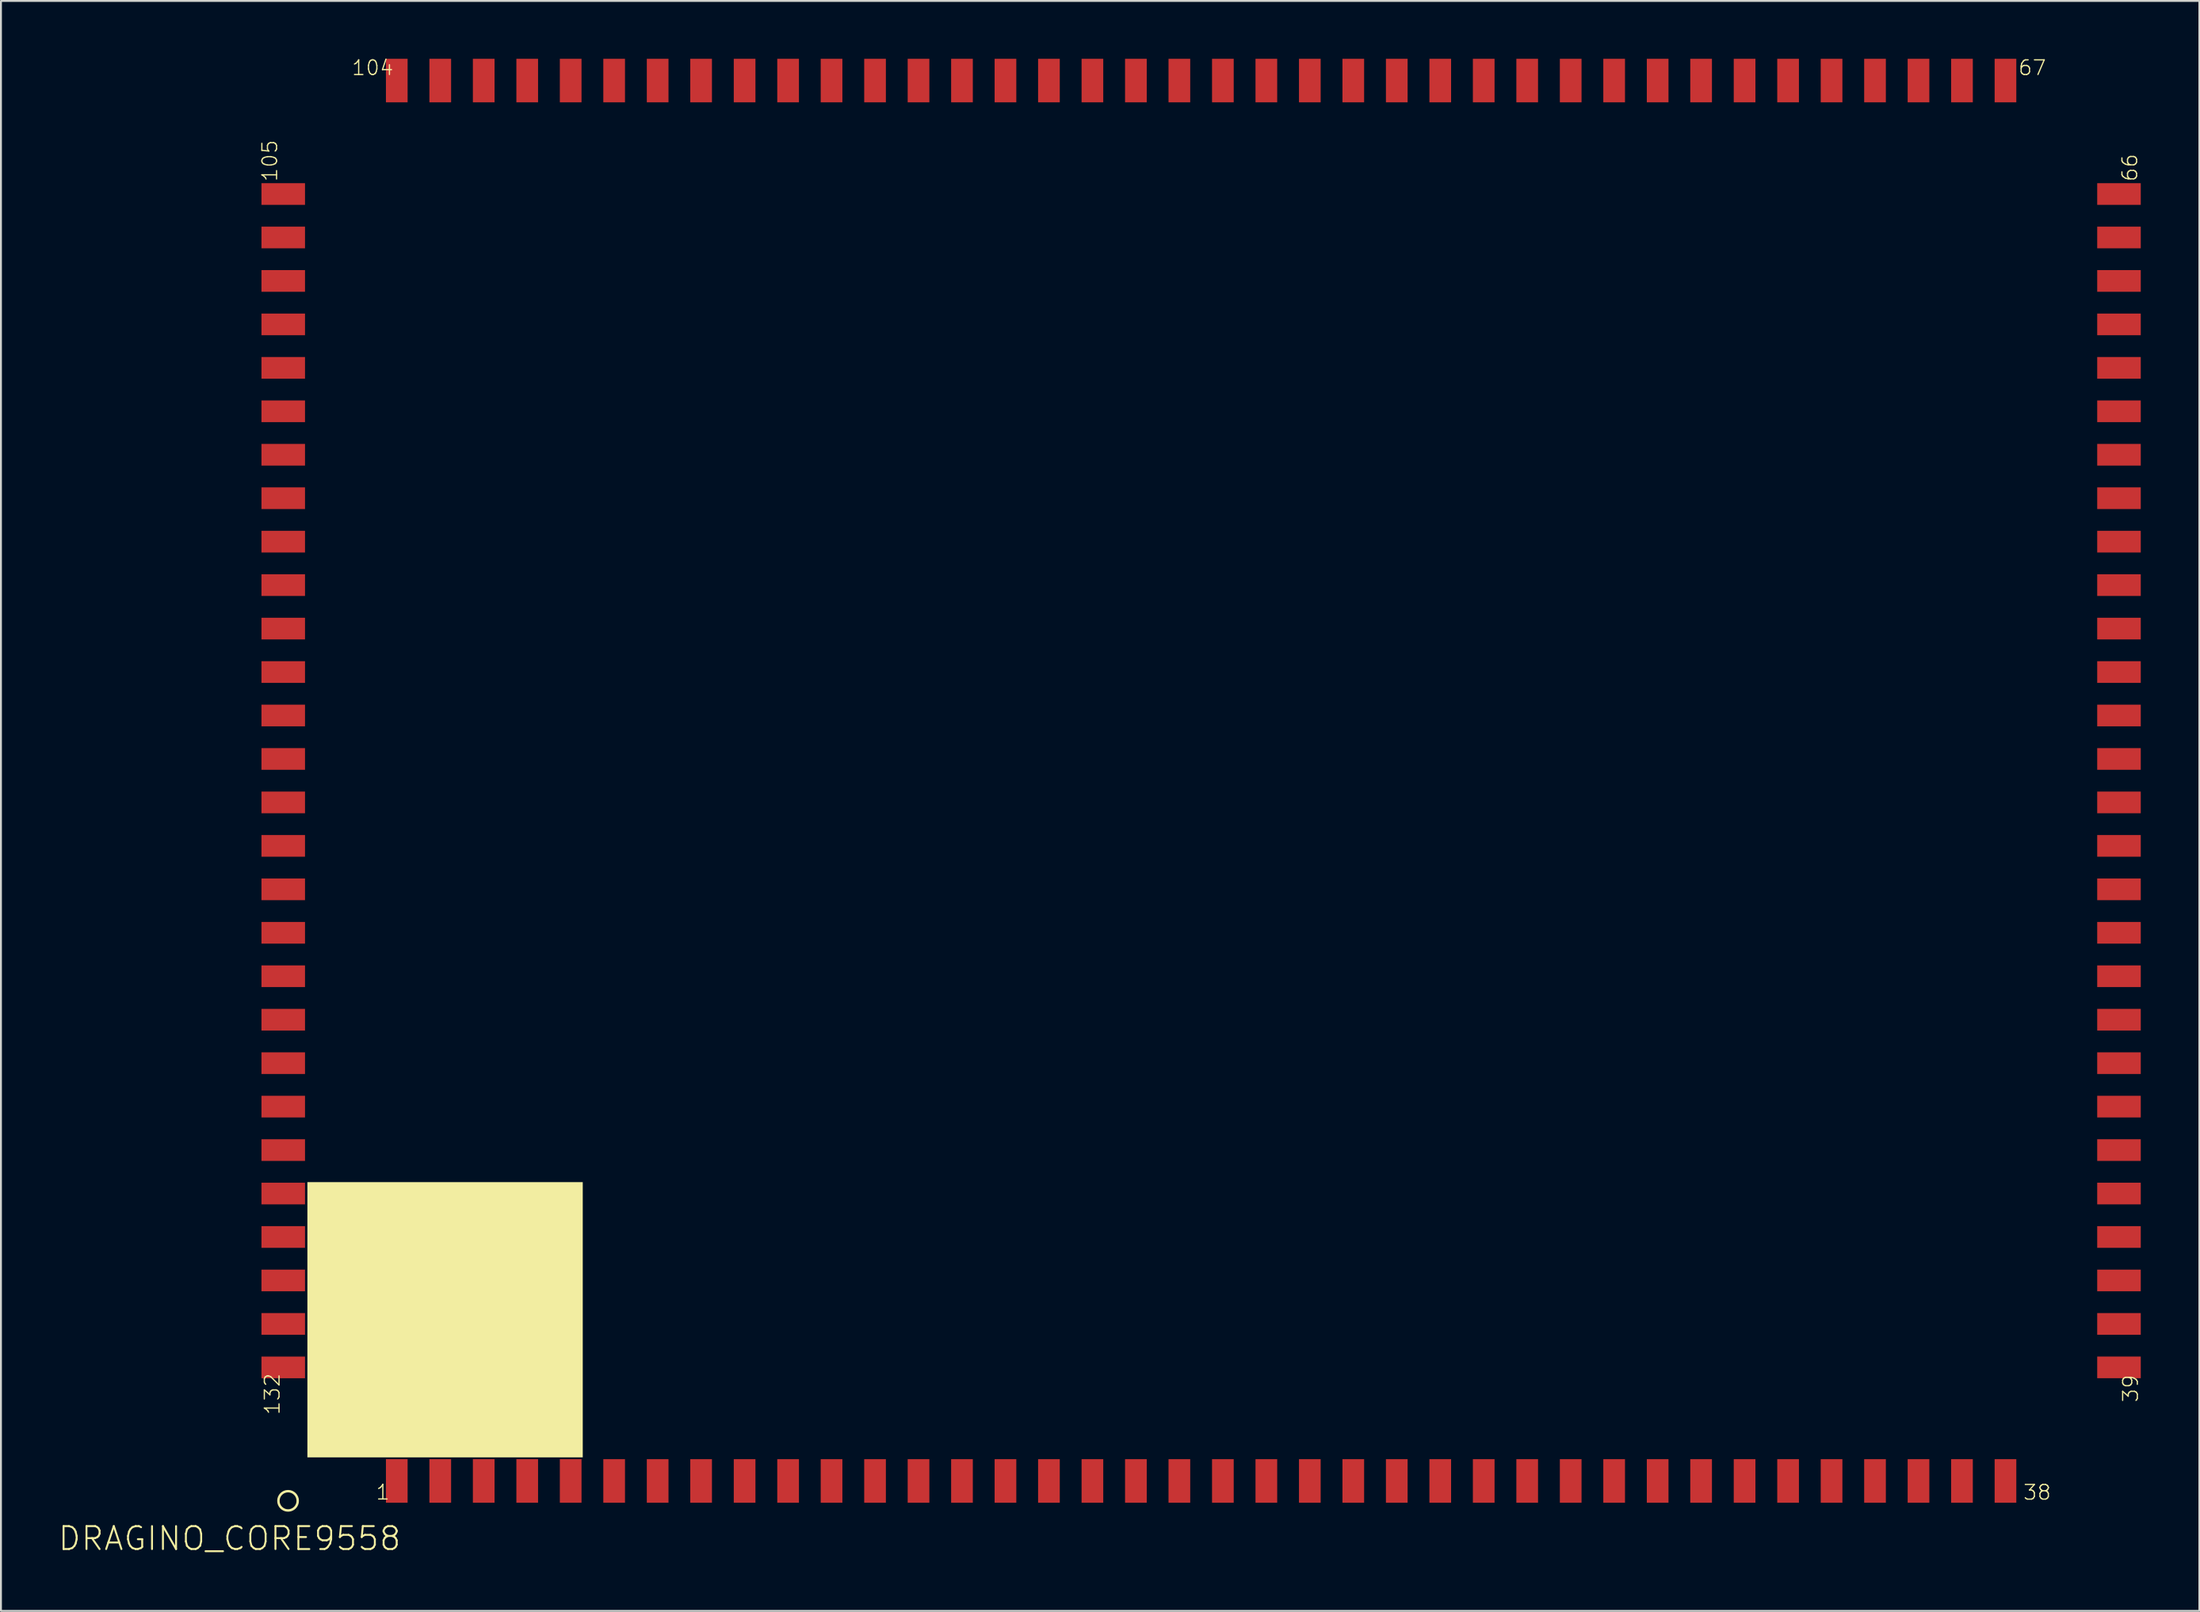
<source format=kicad_pcb>
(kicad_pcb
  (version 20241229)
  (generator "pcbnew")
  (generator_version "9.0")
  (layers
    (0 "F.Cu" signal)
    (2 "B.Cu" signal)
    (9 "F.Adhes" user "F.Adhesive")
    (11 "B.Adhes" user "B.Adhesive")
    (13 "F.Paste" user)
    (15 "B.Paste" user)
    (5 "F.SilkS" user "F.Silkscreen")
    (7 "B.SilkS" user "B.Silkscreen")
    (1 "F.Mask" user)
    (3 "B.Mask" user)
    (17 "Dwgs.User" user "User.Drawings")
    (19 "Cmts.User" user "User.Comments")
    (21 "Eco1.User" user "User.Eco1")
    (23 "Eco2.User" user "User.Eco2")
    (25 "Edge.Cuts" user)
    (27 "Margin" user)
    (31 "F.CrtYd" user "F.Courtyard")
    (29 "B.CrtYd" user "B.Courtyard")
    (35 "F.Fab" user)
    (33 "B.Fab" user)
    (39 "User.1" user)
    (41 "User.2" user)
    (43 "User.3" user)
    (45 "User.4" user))
  (footprint "DRAGINO_CORE9558"
    (layer "F.Cu")
    (at 53.752 40.591)
    (property "Reference" "DRAGINO_CORE9558" (at -35.648 36.584 0) (layer "F.SilkS") (effects (font (size 1.206 1.206) (thickness 0.102)) (justify right top)))
    (attr through_hole)
    (fp_line (start -41.91 -39.37) (end -41.91 34.29) (stroke (width 0.001) (type solid)) (layer "F.SilkS"))
    (fp_line (start -41.91 34.29) (end 54.61 34.29) (stroke (width 0.001) (type solid)) (layer "F.SilkS"))
    (fp_line (start 54.61 -39.37) (end -41.91 -39.37) (stroke (width 0.001) (type solid)) (layer "F.SilkS"))
    (fp_line (start 54.61 34.29) (end 54.61 -39.37) (stroke (width 0.001) (type solid)) (layer "F.SilkS"))
    (fp_circle (center -41.656 35.306) (end -41.148 35.306) (stroke (width 0.127) (type solid)) (fill no) (layer "F.SilkS"))
    (fp_poly (pts (xy -40.64 33.02) (xy -26.162 33.02) (xy -26.162 18.542) (xy -40.64 18.542)) (stroke (width 0) (type solid)) (fill yes) (layer "F.SilkS"))
    (fp_line (start -36.961 -14.256) (end -32.422 -14.256) (stroke (width 0.001) (type solid)) (layer "Edge.Cuts"))
    (fp_line (start -36.961 -14.193) (end -36.961 -14.256) (stroke (width 0.001) (type solid)) (layer "Edge.Cuts"))
    (fp_line (start -36.961 -4.22) (end -36.961 -14.193) (stroke (width 0.001) (type solid)) (layer "Edge.Cuts"))
    (fp_line (start -36.961 -4.156) (end -36.961 -4.22) (stroke (width 0.001) (type solid)) (layer "Edge.Cuts"))
    (fp_line (start -32.925 -35.687) (end -32.925 -22.62) (stroke (width 0.001) (type solid)) (layer "Edge.Cuts"))
    (fp_line (start -32.925 -22.62) (end -32.925 -22.556) (stroke (width 0.001) (type solid)) (layer "Edge.Cuts"))
    (fp_line (start -32.925 -22.556) (end -11.137 -22.556) (stroke (width 0.001) (type solid)) (layer "Edge.Cuts"))
    (fp_line (start -32.862 -35.687) (end -32.925 -35.687) (stroke (width 0.001) (type solid)) (layer "Edge.Cuts"))
    (fp_line (start -32.422 -14.256) (end -32.358 -14.256) (stroke (width 0.001) (type solid)) (layer "Edge.Cuts"))
    (fp_line (start -32.358 -14.256) (end -32.358 -4.22) (stroke (width 0.001) (type solid)) (layer "Edge.Cuts"))
    (fp_line (start -32.358 -4.22) (end -32.358 -4.156) (stroke (width 0.001) (type solid)) (layer "Edge.Cuts"))
    (fp_line (start -32.358 -4.156) (end -36.961 -4.156) (stroke (width 0.001) (type solid)) (layer "Edge.Cuts"))
    (fp_line (start -22.61 6.103) (end -12.356 6.103) (stroke (width 0.001) (type solid)) (layer "Edge.Cuts"))
    (fp_line (start -22.61 6.166) (end -22.61 6.103) (stroke (width 0.001) (type solid)) (layer "Edge.Cuts"))
    (fp_line (start -22.61 12.409) (end -22.61 6.166) (stroke (width 0.001) (type solid)) (layer "Edge.Cuts"))
    (fp_line (start -22.61 12.473) (end -22.61 12.409) (stroke (width 0.001) (type solid)) (layer "Edge.Cuts"))
    (fp_line (start -20.705 22.251) (end -11.086 22.251) (stroke (width 0.001) (type solid)) (layer "Edge.Cuts"))
    (fp_line (start -20.705 22.314) (end -20.705 22.251) (stroke (width 0.001) (type solid)) (layer "Edge.Cuts"))
    (fp_line (start -20.705 28.677) (end -20.705 22.314) (stroke (width 0.001) (type solid)) (layer "Edge.Cuts"))
    (fp_line (start -20.705 28.741) (end -20.705 28.677) (stroke (width 0.001) (type solid)) (layer "Edge.Cuts"))
    (fp_line (start -13.691 -14.046) (end -13.691 -11.443) (stroke (width 0.001) (type solid)) (layer "Edge.Cuts"))
    (fp_line (start -13.691 -11.443) (end -13.691 -11.379) (stroke (width 0.001) (type solid)) (layer "Edge.Cuts"))
    (fp_line (start -13.691 -11.379) (end -9.994 -11.379) (stroke (width 0.001) (type solid)) (layer "Edge.Cuts"))
    (fp_line (start -13.627 -14.046) (end -13.691 -14.046) (stroke (width 0.001) (type solid)) (layer "Edge.Cuts"))
    (fp_line (start -12.356 6.103) (end -12.292 6.103) (stroke (width 0.001) (type solid)) (layer "Edge.Cuts"))
    (fp_line (start -12.292 6.103) (end -12.292 12.409) (stroke (width 0.001) (type solid)) (layer "Edge.Cuts"))
    (fp_line (start -12.292 12.409) (end -12.292 12.473) (stroke (width 0.001) (type solid)) (layer "Edge.Cuts"))
    (fp_line (start -12.292 12.473) (end -22.61 12.473) (stroke (width 0.001) (type solid)) (layer "Edge.Cuts"))
    (fp_line (start -11.137 -22.556) (end -11.073 -22.556) (stroke (width 0.001) (type solid)) (layer "Edge.Cuts"))
    (fp_line (start -11.086 22.251) (end -11.022 22.251) (stroke (width 0.001) (type solid)) (layer "Edge.Cuts"))
    (fp_line (start -11.073 -22.556) (end -11.073 -14.11) (stroke (width 0.001) (type solid)) (layer "Edge.Cuts"))
    (fp_line (start -11.073 -14.11) (end -11.073 -14.046) (stroke (width 0.001) (type solid)) (layer "Edge.Cuts"))
    (fp_line (start -11.073 -14.046) (end -13.627 -14.046) (stroke (width 0.001) (type solid)) (layer "Edge.Cuts"))
    (fp_line (start -11.022 22.251) (end -11.022 28.677) (stroke (width 0.001) (type solid)) (layer "Edge.Cuts"))
    (fp_line (start -11.022 28.677) (end -11.022 28.741) (stroke (width 0.001) (type solid)) (layer "Edge.Cuts"))
    (fp_line (start -11.022 28.741) (end -20.705 28.741) (stroke (width 0.001) (type solid)) (layer "Edge.Cuts"))
    (fp_line (start -9.994 -11.379) (end -9.93 -11.379) (stroke (width 0.001) (type solid)) (layer "Edge.Cuts"))
    (fp_line (start -9.93 -11.379) (end -9.93 -5.474) (stroke (width 0.001) (type solid)) (layer "Edge.Cuts"))
    (fp_line (start -9.93 -5.474) (end -9.93 -5.41) (stroke (width 0.001) (type solid)) (layer "Edge.Cuts"))
    (fp_line (start -9.93 -5.41) (end -6.261 -5.41) (stroke (width 0.001) (type solid)) (layer "Edge.Cuts"))
    (fp_line (start -6.261 -5.41) (end -6.198 -5.41) (stroke (width 0.001) (type solid)) (layer "Edge.Cuts"))
    (fp_line (start -6.198 -5.41) (end -6.198 6.464) (stroke (width 0.001) (type solid)) (layer "Edge.Cuts"))
    (fp_line (start -6.198 6.464) (end -6.198 6.528) (stroke (width 0.001) (type solid)) (layer "Edge.Cuts"))
    (fp_line (start -6.198 6.528) (end -0.927 6.528) (stroke (width 0.001) (type solid)) (layer "Edge.Cuts"))
    (fp_line (start -0.927 6.528) (end -0.864 6.528) (stroke (width 0.001) (type solid)) (layer "Edge.Cuts"))
    (fp_line (start -0.864 6.528) (end -0.864 11.544) (stroke (width 0.001) (type solid)) (layer "Edge.Cuts"))
    (fp_line (start -0.864 11.544) (end -0.864 11.608) (stroke (width 0.001) (type solid)) (layer "Edge.Cuts"))
    (fp_line (start -0.864 11.608) (end 1.74 11.608) (stroke (width 0.001) (type solid)) (layer "Edge.Cuts"))
    (fp_line (start -0.229 17.323) (end -0.229 25.768) (stroke (width 0.001) (type solid)) (layer "Edge.Cuts"))
    (fp_line (start -0.229 25.768) (end -0.229 25.832) (stroke (width 0.001) (type solid)) (layer "Edge.Cuts"))
    (fp_line (start -0.229 25.832) (end 5.296 25.832) (stroke (width 0.001) (type solid)) (layer "Edge.Cuts"))
    (fp_line (start -0.165 17.323) (end -0.229 17.323) (stroke (width 0.001) (type solid)) (layer "Edge.Cuts"))
    (fp_line (start 1.74 11.608) (end 1.803 11.608) (stroke (width 0.001) (type solid)) (layer "Edge.Cuts"))
    (fp_line (start 1.803 11.608) (end 1.803 13.576) (stroke (width 0.001) (type solid)) (layer "Edge.Cuts"))
    (fp_line (start 1.803 13.576) (end 1.803 13.64) (stroke (width 0.001) (type solid)) (layer "Edge.Cuts"))
    (fp_line (start 1.803 13.64) (end 3.518 13.64) (stroke (width 0.001) (type solid)) (layer "Edge.Cuts"))
    (fp_line (start 3.518 13.64) (end 3.581 13.64) (stroke (width 0.001) (type solid)) (layer "Edge.Cuts"))
    (fp_line (start 3.581 13.64) (end 3.581 17.259) (stroke (width 0.001) (type solid)) (layer "Edge.Cuts"))
    (fp_line (start 3.581 17.259) (end 3.581 17.323) (stroke (width 0.001) (type solid)) (layer "Edge.Cuts"))
    (fp_line (start 3.581 17.323) (end -0.165 17.323) (stroke (width 0.001) (type solid)) (layer "Edge.Cuts"))
    (fp_line (start 5.296 25.832) (end 5.359 25.832) (stroke (width 0.001) (type solid)) (layer "Edge.Cuts"))
    (fp_line (start 5.359 21.006) (end 11.265 21.006) (stroke (width 0.001) (type solid)) (layer "Edge.Cuts"))
    (fp_line (start 5.359 21.069) (end 5.359 21.006) (stroke (width 0.001) (type solid)) (layer "Edge.Cuts"))
    (fp_line (start 5.359 25.832) (end 5.359 21.069) (stroke (width 0.001) (type solid)) (layer "Edge.Cuts"))
    (fp_line (start 11.265 21.006) (end 11.328 21.006) (stroke (width 0.001) (type solid)) (layer "Edge.Cuts"))
    (fp_line (start 11.328 14.656) (end 16.408 14.656) (stroke (width 0.001) (type solid)) (layer "Edge.Cuts"))
    (fp_line (start 11.328 14.719) (end 11.328 14.656) (stroke (width 0.001) (type solid)) (layer "Edge.Cuts"))
    (fp_line (start 11.328 21.006) (end 11.328 14.719) (stroke (width 0.001) (type solid)) (layer "Edge.Cuts"))
    (fp_line (start 16.408 14.656) (end 29.444 14.646) (stroke (width 0.001) (type solid)) (layer "Edge.Cuts"))
    (fp_line (start 26.568 -35.687) (end -32.862 -35.687) (stroke (width 0.001) (type solid)) (layer "Edge.Cuts"))
    (fp_line (start 26.568 -35.624) (end 26.568 -35.687) (stroke (width 0.001) (type solid)) (layer "Edge.Cuts"))
    (fp_line (start 26.568 -20.087) (end 26.568 -35.624) (stroke (width 0.001) (type solid)) (layer "Edge.Cuts"))
    (fp_line (start 26.632 -20.087) (end 26.568 -20.087) (stroke (width 0.001) (type solid)) (layer "Edge.Cuts"))
    (fp_line (start 29.444 14.646) (end 29.444 20.209) (stroke (width 0.001) (type solid)) (layer "Edge.Cuts"))
    (fp_line (start 29.444 20.209) (end 29.444 20.273) (stroke (width 0.001) (type solid)) (layer "Edge.Cuts"))
    (fp_line (start 29.444 20.273) (end 43.231 20.273) (stroke (width 0.001) (type solid)) (layer "Edge.Cuts"))
    (fp_line (start 43.231 -20.087) (end 26.632 -20.087) (stroke (width 0.001) (type solid)) (layer "Edge.Cuts"))
    (fp_line (start 43.231 -20.024) (end 43.231 -20.087) (stroke (width 0.001) (type solid)) (layer "Edge.Cuts"))
    (fp_line (start 43.231 20.209) (end 43.231 -20.024) (stroke (width 0.001) (type solid)) (layer "Edge.Cuts"))
    (fp_line (start 43.231 20.273) (end 43.231 20.209) (stroke (width 0.001) (type solid)) (layer "Edge.Cuts"))
    (fp_arc (start -37.0247 -14.2562) (mid -37.006101 -14.301101) (end -36.9612 -14.3197) (stroke (width 0.001) (type solid)) (layer "Edge.Cuts"))
    (fp_arc (start -36.9612 -14.3197) (mid -36.916299 -14.301101) (end -36.8977 -14.2562) (stroke (width 0.001) (type solid)) (layer "Edge.Cuts"))
    (fp_arc (start -36.9612 -14.1927) (mid -37.0247 -14.2562) (end -36.9612 -14.3197) (stroke (width 0.001) (type solid)) (layer "Edge.Cuts"))
    (fp_arc (start -36.9612 -4.0927) (mid -37.006101 -4.111299) (end -37.0247 -4.1562) (stroke (width 0.001) (type solid)) (layer "Edge.Cuts"))
    (fp_arc (start -36.9612 -4.0927) (mid -37.0247 -4.1562) (end -36.9612 -4.2197) (stroke (width 0.001) (type solid)) (layer "Edge.Cuts"))
    (fp_arc (start -36.8977 -4.1562) (mid -36.916299 -4.111299) (end -36.9612 -4.0927) (stroke (width 0.001) (type solid)) (layer "Edge.Cuts"))
    (fp_arc (start -32.9887 -35.6872) (mid -32.970101 -35.732101) (end -32.9252 -35.7507) (stroke (width 0.001) (type solid)) (layer "Edge.Cuts"))
    (fp_arc (start -32.9887 -35.6872) (mid -32.9252 -35.7507) (end -32.8617 -35.6872) (stroke (width 0.001) (type solid)) (layer "Edge.Cuts"))
    (fp_arc (start -32.9252 -35.6237) (mid -32.970101 -35.642299) (end -32.9887 -35.6872) (stroke (width 0.001) (type solid)) (layer "Edge.Cuts"))
    (fp_arc (start -32.9252 -22.4927) (mid -32.970101 -22.511299) (end -32.9887 -22.5562) (stroke (width 0.001) (type solid)) (layer "Edge.Cuts"))
    (fp_arc (start -32.9252 -22.4927) (mid -32.9887 -22.5562) (end -32.9252 -22.6197) (stroke (width 0.001) (type solid)) (layer "Edge.Cuts"))
    (fp_arc (start -32.8617 -22.5562) (mid -32.880299 -22.511299) (end -32.9252 -22.4927) (stroke (width 0.001) (type solid)) (layer "Edge.Cuts"))
    (fp_arc (start -32.4217 -14.2562) (mid -32.3582 -14.3197) (end -32.2947 -14.2562) (stroke (width 0.001) (type solid)) (layer "Edge.Cuts"))
    (fp_arc (start -32.3582 -14.3197) (mid -32.313299 -14.301101) (end -32.2947 -14.2562) (stroke (width 0.001) (type solid)) (layer "Edge.Cuts"))
    (fp_arc (start -32.3582 -4.2197) (mid -32.2947 -4.1562) (end -32.3582 -4.0927) (stroke (width 0.001) (type solid)) (layer "Edge.Cuts"))
    (fp_arc (start -32.3582 -4.0927) (mid -32.403101 -4.111299) (end -32.4217 -4.1562) (stroke (width 0.001) (type solid)) (layer "Edge.Cuts"))
    (fp_arc (start -32.2947 -14.2562) (mid -32.313299 -14.211299) (end -32.3582 -14.1927) (stroke (width 0.001) (type solid)) (layer "Edge.Cuts"))
    (fp_arc (start -32.2947 -4.1562) (mid -32.313299 -4.111299) (end -32.3582 -4.0927) (stroke (width 0.001) (type solid)) (layer "Edge.Cuts"))
    (fp_arc (start -22.6737 6.1028) (mid -22.655101 6.057899) (end -22.6102 6.0393) (stroke (width 0.001) (type solid)) (layer "Edge.Cuts"))
    (fp_arc (start -22.6102 6.0393) (mid -22.565299 6.057899) (end -22.5467 6.1028) (stroke (width 0.001) (type solid)) (layer "Edge.Cuts"))
    (fp_arc (start -22.6102 6.1663) (mid -22.6737 6.1028) (end -22.6102 6.0393) (stroke (width 0.001) (type solid)) (layer "Edge.Cuts"))
    (fp_arc (start -22.6102 12.5363) (mid -22.655101 12.517701) (end -22.6737 12.4728) (stroke (width 0.001) (type solid)) (layer "Edge.Cuts"))
    (fp_arc (start -22.6102 12.5363) (mid -22.6737 12.4728) (end -22.6102 12.4093) (stroke (width 0.001) (type solid)) (layer "Edge.Cuts"))
    (fp_arc (start -22.5467 12.4728) (mid -22.565299 12.517701) (end -22.6102 12.5363) (stroke (width 0.001) (type solid)) (layer "Edge.Cuts"))
    (fp_arc (start -20.7687 22.2508) (mid -20.750101 22.205899) (end -20.7052 22.1873) (stroke (width 0.001) (type solid)) (layer "Edge.Cuts"))
    (fp_arc (start -20.7052 22.1873) (mid -20.660299 22.205899) (end -20.6417 22.2508) (stroke (width 0.001) (type solid)) (layer "Edge.Cuts"))
    (fp_arc (start -20.7052 22.3143) (mid -20.7687 22.2508) (end -20.7052 22.1873) (stroke (width 0.001) (type solid)) (layer "Edge.Cuts"))
    (fp_arc (start -20.7052 28.8043) (mid -20.750101 28.785701) (end -20.7687 28.7408) (stroke (width 0.001) (type solid)) (layer "Edge.Cuts"))
    (fp_arc (start -20.7052 28.8043) (mid -20.7687 28.7408) (end -20.7052 28.6773) (stroke (width 0.001) (type solid)) (layer "Edge.Cuts"))
    (fp_arc (start -20.6417 28.7408) (mid -20.660299 28.785701) (end -20.7052 28.8043) (stroke (width 0.001) (type solid)) (layer "Edge.Cuts"))
    (fp_arc (start -13.7543 -14.0464) (mid -13.735701 -14.091301) (end -13.6908 -14.1099) (stroke (width 0.001) (type solid)) (layer "Edge.Cuts"))
    (fp_arc (start -13.7543 -14.0464) (mid -13.6908 -14.1099) (end -13.6273 -14.0464) (stroke (width 0.001) (type solid)) (layer "Edge.Cuts"))
    (fp_arc (start -13.6908 -13.9829) (mid -13.735701 -14.001499) (end -13.7543 -14.0464) (stroke (width 0.001) (type solid)) (layer "Edge.Cuts"))
    (fp_arc (start -13.6908 -11.3159) (mid -13.735701 -11.334499) (end -13.7543 -11.3794) (stroke (width 0.001) (type solid)) (layer "Edge.Cuts"))
    (fp_arc (start -13.6908 -11.3159) (mid -13.7543 -11.3794) (end -13.6908 -11.4429) (stroke (width 0.001) (type solid)) (layer "Edge.Cuts"))
    (fp_arc (start -13.6273 -11.3794) (mid -13.645899 -11.334499) (end -13.6908 -11.3159) (stroke (width 0.001) (type solid)) (layer "Edge.Cuts"))
    (fp_arc (start -12.3557 6.1028) (mid -12.2922 6.0393) (end -12.2287 6.1028) (stroke (width 0.001) (type solid)) (layer "Edge.Cuts"))
    (fp_arc (start -12.2922 6.0393) (mid -12.247299 6.057899) (end -12.2287 6.1028) (stroke (width 0.001) (type solid)) (layer "Edge.Cuts"))
    (fp_arc (start -12.2922 12.4093) (mid -12.2287 12.4728) (end -12.2922 12.5363) (stroke (width 0.001) (type solid)) (layer "Edge.Cuts"))
    (fp_arc (start -12.2922 12.5363) (mid -12.337101 12.517701) (end -12.3557 12.4728) (stroke (width 0.001) (type solid)) (layer "Edge.Cuts"))
    (fp_arc (start -12.2287 6.1028) (mid -12.247299 6.147701) (end -12.2922 6.1663) (stroke (width 0.001) (type solid)) (layer "Edge.Cuts"))
    (fp_arc (start -12.2287 12.4728) (mid -12.247299 12.517701) (end -12.2922 12.5363) (stroke (width 0.001) (type solid)) (layer "Edge.Cuts"))
    (fp_arc (start -11.1367 -22.5562) (mid -11.0732 -22.6197) (end -11.0097 -22.5562) (stroke (width 0.001) (type solid)) (layer "Edge.Cuts"))
    (fp_arc (start -11.0857 22.2508) (mid -11.0222 22.1873) (end -10.9587 22.2508) (stroke (width 0.001) (type solid)) (layer "Edge.Cuts"))
    (fp_arc (start -11.0732 -22.6197) (mid -11.028299 -22.601101) (end -11.0097 -22.5562) (stroke (width 0.001) (type solid)) (layer "Edge.Cuts"))
    (fp_arc (start -11.0732 -14.1099) (mid -11.0097 -14.0464) (end -11.0732 -13.9829) (stroke (width 0.001) (type solid)) (layer "Edge.Cuts"))
    (fp_arc (start -11.0732 -13.9829) (mid -11.118101 -14.001499) (end -11.1367 -14.0464) (stroke (width 0.001) (type solid)) (layer "Edge.Cuts"))
    (fp_arc (start -11.0222 22.1873) (mid -10.977299 22.205899) (end -10.9587 22.2508) (stroke (width 0.001) (type solid)) (layer "Edge.Cuts"))
    (fp_arc (start -11.0222 28.6773) (mid -10.9587 28.7408) (end -11.0222 28.8043) (stroke (width 0.001) (type solid)) (layer "Edge.Cuts"))
    (fp_arc (start -11.0222 28.8043) (mid -11.067101 28.785701) (end -11.0857 28.7408) (stroke (width 0.001) (type solid)) (layer "Edge.Cuts"))
    (fp_arc (start -11.0097 -22.5562) (mid -11.028299 -22.511299) (end -11.0732 -22.4927) (stroke (width 0.001) (type solid)) (layer "Edge.Cuts"))
    (fp_arc (start -11.0097 -14.0464) (mid -11.028299 -14.001499) (end -11.0732 -13.9829) (stroke (width 0.001) (type solid)) (layer "Edge.Cuts"))
    (fp_arc (start -10.9587 22.2508) (mid -10.977299 22.295701) (end -11.0222 22.3143) (stroke (width 0.001) (type solid)) (layer "Edge.Cuts"))
    (fp_arc (start -10.9587 28.7408) (mid -10.977299 28.785701) (end -11.0222 28.8043) (stroke (width 0.001) (type solid)) (layer "Edge.Cuts"))
    (fp_arc (start -9.9937 -11.3794) (mid -9.9302 -11.4429) (end -9.8667 -11.3794) (stroke (width 0.001) (type solid)) (layer "Edge.Cuts"))
    (fp_arc (start -9.9302 -11.4429) (mid -9.885299 -11.424301) (end -9.8667 -11.3794) (stroke (width 0.001) (type solid)) (layer "Edge.Cuts"))
    (fp_arc (start -9.9302 -5.3469) (mid -9.975101 -5.365499) (end -9.9937 -5.4104) (stroke (width 0.001) (type solid)) (layer "Edge.Cuts"))
    (fp_arc (start -9.9302 -5.3469) (mid -9.9937 -5.4104) (end -9.9302 -5.4739) (stroke (width 0.001) (type solid)) (layer "Edge.Cuts"))
    (fp_arc (start -9.8667 -11.3794) (mid -9.885299 -11.334499) (end -9.9302 -11.3159) (stroke (width 0.001) (type solid)) (layer "Edge.Cuts"))
    (fp_arc (start -9.8667 -5.4104) (mid -9.885299 -5.365499) (end -9.9302 -5.3469) (stroke (width 0.001) (type solid)) (layer "Edge.Cuts"))
    (fp_arc (start -6.2613 -5.4104) (mid -6.1978 -5.4739) (end -6.1343 -5.4104) (stroke (width 0.001) (type solid)) (layer "Edge.Cuts"))
    (fp_arc (start -6.1978 -5.4739) (mid -6.152899 -5.455301) (end -6.1343 -5.4104) (stroke (width 0.001) (type solid)) (layer "Edge.Cuts"))
    (fp_arc (start -6.1978 6.5911) (mid -6.242701 6.572501) (end -6.2613 6.5276) (stroke (width 0.001) (type solid)) (layer "Edge.Cuts"))
    (fp_arc (start -6.1978 6.5911) (mid -6.2613 6.5276) (end -6.1978 6.4641) (stroke (width 0.001) (type solid)) (layer "Edge.Cuts"))
    (fp_arc (start -6.1343 -5.4104) (mid -6.152899 -5.365499) (end -6.1978 -5.3469) (stroke (width 0.001) (type solid)) (layer "Edge.Cuts"))
    (fp_arc (start -6.1343 6.5276) (mid -6.152899 6.572501) (end -6.1978 6.5911) (stroke (width 0.001) (type solid)) (layer "Edge.Cuts"))
    (fp_arc (start -0.9273 6.5276) (mid -0.8638 6.4641) (end -0.8003 6.5276) (stroke (width 0.001) (type solid)) (layer "Edge.Cuts"))
    (fp_arc (start -0.8638 6.4641) (mid -0.818899 6.482699) (end -0.8003 6.5276) (stroke (width 0.001) (type solid)) (layer "Edge.Cuts"))
    (fp_arc (start -0.8638 11.6711) (mid -0.908701 11.652501) (end -0.9273 11.6076) (stroke (width 0.001) (type solid)) (layer "Edge.Cuts"))
    (fp_arc (start -0.8638 11.6711) (mid -0.9273 11.6076) (end -0.8638 11.5441) (stroke (width 0.001) (type solid)) (layer "Edge.Cuts"))
    (fp_arc (start -0.8003 6.5276) (mid -0.818899 6.572501) (end -0.8638 6.5911) (stroke (width 0.001) (type solid)) (layer "Edge.Cuts"))
    (fp_arc (start -0.8003 11.6076) (mid -0.818899 11.652501) (end -0.8638 11.6711) (stroke (width 0.001) (type solid)) (layer "Edge.Cuts"))
    (fp_arc (start -0.2923 17.3226) (mid -0.273701 17.277699) (end -0.2288 17.2591) (stroke (width 0.001) (type solid)) (layer "Edge.Cuts"))
    (fp_arc (start -0.2923 17.3226) (mid -0.2288 17.2591) (end -0.1653 17.3226) (stroke (width 0.001) (type solid)) (layer "Edge.Cuts"))
    (fp_arc (start -0.2288 17.3861) (mid -0.273701 17.367501) (end -0.2923 17.3226) (stroke (width 0.001) (type solid)) (layer "Edge.Cuts"))
    (fp_arc (start -0.2288 25.8951) (mid -0.273701 25.876501) (end -0.2923 25.8316) (stroke (width 0.001) (type solid)) (layer "Edge.Cuts"))
    (fp_arc (start -0.2288 25.8951) (mid -0.2923 25.8316) (end -0.2288 25.7681) (stroke (width 0.001) (type solid)) (layer "Edge.Cuts"))
    (fp_arc (start -0.1653 25.8316) (mid -0.183899 25.876501) (end -0.2288 25.8951) (stroke (width 0.001) (type solid)) (layer "Edge.Cuts"))
    (fp_arc (start 1.7397 11.6076) (mid 1.8032 11.5441) (end 1.8667 11.6076) (stroke (width 0.001) (type solid)) (layer "Edge.Cuts"))
    (fp_arc (start 1.8032 11.5441) (mid 1.848101 11.562699) (end 1.8667 11.6076) (stroke (width 0.001) (type solid)) (layer "Edge.Cuts"))
    (fp_arc (start 1.8032 13.7031) (mid 1.758299 13.684501) (end 1.7397 13.6396) (stroke (width 0.001) (type solid)) (layer "Edge.Cuts"))
    (fp_arc (start 1.8032 13.7031) (mid 1.7397 13.6396) (end 1.8032 13.5761) (stroke (width 0.001) (type solid)) (layer "Edge.Cuts"))
    (fp_arc (start 1.8667 11.6076) (mid 1.848101 11.652501) (end 1.8032 11.6711) (stroke (width 0.001) (type solid)) (layer "Edge.Cuts"))
    (fp_arc (start 1.8667 13.6396) (mid 1.848101 13.684501) (end 1.8032 13.7031) (stroke (width 0.001) (type solid)) (layer "Edge.Cuts"))
    (fp_arc (start 3.5177 13.6396) (mid 3.5812 13.5761) (end 3.6447 13.6396) (stroke (width 0.001) (type solid)) (layer "Edge.Cuts"))
    (fp_arc (start 3.5812 13.5761) (mid 3.626101 13.594699) (end 3.6447 13.6396) (stroke (width 0.001) (type solid)) (layer "Edge.Cuts"))
    (fp_arc (start 3.5812 17.2591) (mid 3.6447 17.3226) (end 3.5812 17.3861) (stroke (width 0.001) (type solid)) (layer "Edge.Cuts"))
    (fp_arc (start 3.5812 17.3861) (mid 3.536299 17.367501) (end 3.5177 17.3226) (stroke (width 0.001) (type solid)) (layer "Edge.Cuts"))
    (fp_arc (start 3.6447 13.6396) (mid 3.626101 13.684501) (end 3.5812 13.7031) (stroke (width 0.001) (type solid)) (layer "Edge.Cuts"))
    (fp_arc (start 3.6447 17.3226) (mid 3.626101 17.367501) (end 3.5812 17.3861) (stroke (width 0.001) (type solid)) (layer "Edge.Cuts"))
    (fp_arc (start 5.2957 21.0056) (mid 5.314299 20.960699) (end 5.3592 20.9421) (stroke (width 0.001) (type solid)) (layer "Edge.Cuts"))
    (fp_arc (start 5.3592 20.9421) (mid 5.404101 20.960699) (end 5.4227 21.0056) (stroke (width 0.001) (type solid)) (layer "Edge.Cuts"))
    (fp_arc (start 5.3592 21.0691) (mid 5.2957 21.0056) (end 5.3592 20.9421) (stroke (width 0.001) (type solid)) (layer "Edge.Cuts"))
    (fp_arc (start 5.3592 25.7681) (mid 5.404101 25.786699) (end 5.4227 25.8316) (stroke (width 0.001) (type solid)) (layer "Edge.Cuts"))
    (fp_arc (start 5.4227 25.8316) (mid 5.3592 25.8951) (end 5.2957 25.8316) (stroke (width 0.001) (type solid)) (layer "Edge.Cuts"))
    (fp_arc (start 5.4227 25.8316) (mid 5.404101 25.876501) (end 5.3592 25.8951) (stroke (width 0.001) (type solid)) (layer "Edge.Cuts"))
    (fp_arc (start 11.2647 14.6556) (mid 11.283299 14.610699) (end 11.3282 14.5921) (stroke (width 0.001) (type solid)) (layer "Edge.Cuts"))
    (fp_arc (start 11.3282 14.5921) (mid 11.373101 14.610699) (end 11.3917 14.6556) (stroke (width 0.001) (type solid)) (layer "Edge.Cuts"))
    (fp_arc (start 11.3282 14.7191) (mid 11.2647 14.6556) (end 11.3282 14.5921) (stroke (width 0.001) (type solid)) (layer "Edge.Cuts"))
    (fp_arc (start 11.3282 20.9421) (mid 11.373101 20.960699) (end 11.3917 21.0056) (stroke (width 0.001) (type solid)) (layer "Edge.Cuts"))
    (fp_arc (start 11.3917 21.0056) (mid 11.3282 21.0691) (end 11.2647 21.0056) (stroke (width 0.001) (type solid)) (layer "Edge.Cuts"))
    (fp_arc (start 11.3917 21.0056) (mid 11.373101 21.050501) (end 11.3282 21.0691) (stroke (width 0.001) (type solid)) (layer "Edge.Cuts"))
    (fp_arc (start 16.4082 14.5921) (mid 16.4717 14.6556) (end 16.4082 14.7191) (stroke (width 0.001) (type solid)) (layer "Edge.Cuts"))
    (fp_arc (start 16.4082 14.7191) (mid 16.3447 14.6556) (end 16.4082 14.5921) (stroke (width 0.001) (type solid)) (layer "Edge.Cuts"))
    (fp_arc (start 26.5047 -35.6872) (mid 26.523299 -35.732101) (end 26.5682 -35.7507) (stroke (width 0.001) (type solid)) (layer "Edge.Cuts"))
    (fp_arc (start 26.5047 -20.0872) (mid 26.523299 -20.132101) (end 26.5682 -20.1507) (stroke (width 0.001) (type solid)) (layer "Edge.Cuts"))
    (fp_arc (start 26.5682 -35.7507) (mid 26.6317 -35.6872) (end 26.5682 -35.6237) (stroke (width 0.001) (type solid)) (layer "Edge.Cuts"))
    (fp_arc (start 26.5682 -35.7507) (mid 26.613101 -35.732101) (end 26.6317 -35.6872) (stroke (width 0.001) (type solid)) (layer "Edge.Cuts"))
    (fp_arc (start 26.5682 -20.0237) (mid 26.523299 -20.042299) (end 26.5047 -20.0872) (stroke (width 0.001) (type solid)) (layer "Edge.Cuts"))
    (fp_arc (start 26.6317 -20.0872) (mid 26.5682 -20.0237) (end 26.5047 -20.0872) (stroke (width 0.001) (type solid)) (layer "Edge.Cuts"))
    (fp_arc (start 29.3803 14.6458) (mid 29.4438 14.5823) (end 29.5073 14.6458) (stroke (width 0.001) (type solid)) (layer "Edge.Cuts"))
    (fp_arc (start 29.4438 14.5823) (mid 29.488701 14.600899) (end 29.5073 14.6458) (stroke (width 0.001) (type solid)) (layer "Edge.Cuts"))
    (fp_arc (start 29.4438 20.3363) (mid 29.398899 20.317701) (end 29.3803 20.2728) (stroke (width 0.001) (type solid)) (layer "Edge.Cuts"))
    (fp_arc (start 29.4438 20.3363) (mid 29.3803 20.2728) (end 29.4438 20.2093) (stroke (width 0.001) (type solid)) (layer "Edge.Cuts"))
    (fp_arc (start 29.5073 14.6458) (mid 29.488701 14.690701) (end 29.4438 14.7093) (stroke (width 0.001) (type solid)) (layer "Edge.Cuts"))
    (fp_arc (start 29.5073 20.2728) (mid 29.488701 20.317701) (end 29.4438 20.3363) (stroke (width 0.001) (type solid)) (layer "Edge.Cuts"))
    (fp_arc (start 43.1671 -20.0872) (mid 43.185699 -20.132101) (end 43.2306 -20.1507) (stroke (width 0.001) (type solid)) (layer "Edge.Cuts"))
    (fp_arc (start 43.2306 -20.1507) (mid 43.2941 -20.0872) (end 43.2306 -20.0237) (stroke (width 0.001) (type solid)) (layer "Edge.Cuts"))
    (fp_arc (start 43.2306 -20.1507) (mid 43.275501 -20.132101) (end 43.2941 -20.0872) (stroke (width 0.001) (type solid)) (layer "Edge.Cuts"))
    (fp_arc (start 43.2306 20.2093) (mid 43.2941 20.2728) (end 43.2306 20.3363) (stroke (width 0.001) (type solid)) (layer "Edge.Cuts"))
    (fp_arc (start 43.2306 20.3363) (mid 43.185699 20.317701) (end 43.1671 20.2728) (stroke (width 0.001) (type solid)) (layer "Edge.Cuts"))
    (fp_arc (start 43.2941 20.2728) (mid 43.275501 20.317701) (end 43.2306 20.3363) (stroke (width 0.001) (type solid)) (layer "Edge.Cuts"))
    (fp_text user "66" (at 55.634 -34.044 90) (layer "F.SilkS") (effects (font (size 0.772 0.772) (thickness 0.065)) (justify left bottom)))
    (fp_text user "104" (at -38.354 -39.624 0) (layer "F.SilkS") (effects (font (size 0.772 0.772) (thickness 0.065)) (justify left bottom)))
    (fp_text user "1" (at -37.084 35.306 0) (layer "F.SilkS") (effects (font (size 0.772 0.772) (thickness 0.065)) (justify left bottom)))
    (fp_text user "67" (at 49.276 -39.624 0) (layer "F.SilkS") (effects (font (size 0.772 0.772) (thickness 0.065)) (justify left bottom)))
    (fp_text user "105" (at -42.164 -34.036 90) (layer "F.SilkS") (effects (font (size 0.772 0.772) (thickness 0.065)) (justify left bottom)))
    (fp_text user "39" (at 55.672 30.176 90) (layer "F.SilkS") (effects (font (size 0.772 0.772) (thickness 0.065)) (justify left bottom)))
    (fp_text user "132" (at -42.034 30.836 90) (layer "F.SilkS") (effects (font (size 0.772 0.772) (thickness 0.065)) (justify left bottom)))
    (fp_text user "38" (at 49.53 35.314 0) (layer "F.SilkS") (effects (font (size 0.772 0.772) (thickness 0.065)) (justify left bottom)))
    (pad "1" smd rect (at -35.941 34.26 90) (size 2.29 1.14) (layers "F.Cu" "F.Mask" "F.Paste"))
    (pad "2" smd rect (at -33.654 34.26 90) (size 2.29 1.14) (layers "F.Cu" "F.Mask" "F.Paste"))
    (pad "3" smd rect (at -31.369 34.26 90) (size 2.29 1.14) (layers "F.Cu" "F.Mask" "F.Paste"))
    (pad "4" smd rect (at -29.082 34.26 90) (size 2.29 1.14) (layers "F.Cu" "F.Mask" "F.Paste"))
    (pad "5" smd rect (at -26.797 34.26 90) (size 2.29 1.14) (layers "F.Cu" "F.Mask" "F.Paste"))
    (pad "6" smd rect (at -24.511 34.26 90) (size 2.29 1.14) (layers "F.Cu" "F.Mask" "F.Paste"))
    (pad "7" smd rect (at -22.224 34.26 90) (size 2.29 1.14) (layers "F.Cu" "F.Mask" "F.Paste"))
    (pad "8" smd rect (at -19.939 34.26 90) (size 2.29 1.14) (layers "F.Cu" "F.Mask" "F.Paste"))
    (pad "9" smd rect (at -17.652 34.26 90) (size 2.29 1.14) (layers "F.Cu" "F.Mask" "F.Paste"))
    (pad "10" smd rect (at -15.365 34.26 90) (size 2.29 1.14) (layers "F.Cu" "F.Mask" "F.Paste"))
    (pad "11" smd rect (at -13.081 34.26 90) (size 2.29 1.14) (layers "F.Cu" "F.Mask" "F.Paste"))
    (pad "12" smd rect (at -10.794 34.26 90) (size 2.29 1.14) (layers "F.Cu" "F.Mask" "F.Paste"))
    (pad "13" smd rect (at -8.508 34.26 90) (size 2.29 1.14) (layers "F.Cu" "F.Mask" "F.Paste"))
    (pad "14" smd rect (at -6.223 34.26 90) (size 2.29 1.14) (layers "F.Cu" "F.Mask" "F.Paste"))
    (pad "15" smd rect (at -3.937 34.26 90) (size 2.29 1.14) (layers "F.Cu" "F.Mask" "F.Paste"))
    (pad "16" smd rect (at -1.651 34.26 90) (size 2.29 1.14) (layers "F.Cu" "F.Mask" "F.Paste"))
    (pad "17" smd rect (at 0.635 34.26 90) (size 2.29 1.14) (layers "F.Cu" "F.Mask" "F.Paste"))
    (pad "18" smd rect (at 2.921 34.26 90) (size 2.29 1.14) (layers "F.Cu" "F.Mask" "F.Paste"))
    (pad "19" smd rect (at 5.207 34.26 90) (size 2.29 1.14) (layers "F.Cu" "F.Mask" "F.Paste"))
    (pad "20" smd rect (at 7.494 34.26 90) (size 2.29 1.14) (layers "F.Cu" "F.Mask" "F.Paste"))
    (pad "21" smd rect (at 9.78 34.26 90) (size 2.29 1.14) (layers "F.Cu" "F.Mask" "F.Paste"))
    (pad "22" smd rect (at 12.066 34.26 90) (size 2.29 1.14) (layers "F.Cu" "F.Mask" "F.Paste"))
    (pad "23" smd rect (at 14.351 34.26 90) (size 2.29 1.14) (layers "F.Cu" "F.Mask" "F.Paste"))
    (pad "24" smd rect (at 16.637 34.26 90) (size 2.29 1.14) (layers "F.Cu" "F.Mask" "F.Paste"))
    (pad "25" smd rect (at 18.924 34.26 90) (size 2.29 1.14) (layers "F.Cu" "F.Mask" "F.Paste"))
    (pad "26" smd rect (at 21.209 34.26 90) (size 2.29 1.14) (layers "F.Cu" "F.Mask" "F.Paste"))
    (pad "27" smd rect (at 23.495 34.26 90) (size 2.29 1.14) (layers "F.Cu" "F.Mask" "F.Paste"))
    (pad "28" smd rect (at 25.782 34.26 90) (size 2.29 1.14) (layers "F.Cu" "F.Mask" "F.Paste"))
    (pad "29" smd rect (at 28.067 34.26 90) (size 2.29 1.14) (layers "F.Cu" "F.Mask" "F.Paste"))
    (pad "30" smd rect (at 30.354 34.26 90) (size 2.29 1.14) (layers "F.Cu" "F.Mask" "F.Paste"))
    (pad "31" smd rect (at 32.639 34.26 90) (size 2.29 1.14) (layers "F.Cu" "F.Mask" "F.Paste"))
    (pad "32" smd rect (at 34.925 34.26 90) (size 2.29 1.14) (layers "F.Cu" "F.Mask" "F.Paste"))
    (pad "33" smd rect (at 37.212 34.26 90) (size 2.29 1.14) (layers "F.Cu" "F.Mask" "F.Paste"))
    (pad "34" smd rect (at 39.498 34.26 90) (size 2.29 1.14) (layers "F.Cu" "F.Mask" "F.Paste"))
    (pad "35" smd rect (at 41.783 34.26 90) (size 2.29 1.14) (layers "F.Cu" "F.Mask" "F.Paste"))
    (pad "36" smd rect (at 44.069 34.26 90) (size 2.29 1.14) (layers "F.Cu" "F.Mask" "F.Paste"))
    (pad "37" smd rect (at 46.355 34.26 90) (size 2.29 1.14) (layers "F.Cu" "F.Mask" "F.Paste"))
    (pad "38" smd rect (at 48.642 34.26 90) (size 2.29 1.14) (layers "F.Cu" "F.Mask" "F.Paste"))
    (pad "39" smd rect (at 54.61 28.286 180) (size 2.29 1.14) (layers "F.Cu" "F.Mask" "F.Paste"))
    (pad "40" smd rect (at 54.61 26 180) (size 2.29 1.14) (layers "F.Cu" "F.Mask" "F.Paste"))
    (pad "41" smd rect (at 54.61 23.714 180) (size 2.29 1.14) (layers "F.Cu" "F.Mask" "F.Paste"))
    (pad "42" smd rect (at 54.61 21.428 180) (size 2.29 1.14) (layers "F.Cu" "F.Mask" "F.Paste"))
    (pad "43" smd rect (at 54.61 19.142 180) (size 2.29 1.14) (layers "F.Cu" "F.Mask" "F.Paste"))
    (pad "44" smd rect (at 54.61 16.856 180) (size 2.29 1.14) (layers "F.Cu" "F.Mask" "F.Paste"))
    (pad "45" smd rect (at 54.61 14.57 180) (size 2.29 1.14) (layers "F.Cu" "F.Mask" "F.Paste"))
    (pad "46" smd rect (at 54.61 12.284 180) (size 2.29 1.14) (layers "F.Cu" "F.Mask" "F.Paste"))
    (pad "47" smd rect (at 54.61 9.998 180) (size 2.29 1.14) (layers "F.Cu" "F.Mask" "F.Paste"))
    (pad "48" smd rect (at 54.61 7.712 180) (size 2.29 1.14) (layers "F.Cu" "F.Mask" "F.Paste"))
    (pad "49" smd rect (at 54.61 5.426 180) (size 2.29 1.14) (layers "F.Cu" "F.Mask" "F.Paste"))
    (pad "50" smd rect (at 54.61 3.14 180) (size 2.29 1.14) (layers "F.Cu" "F.Mask" "F.Paste"))
    (pad "51" smd rect (at 54.61 0.854 180) (size 2.29 1.14) (layers "F.Cu" "F.Mask" "F.Paste"))
    (pad "52" smd rect (at 54.61 -1.432 180) (size 2.29 1.14) (layers "F.Cu" "F.Mask" "F.Paste"))
    (pad "53" smd rect (at 54.61 -3.718 180) (size 2.29 1.14) (layers "F.Cu" "F.Mask" "F.Paste"))
    (pad "54" smd rect (at 54.61 -6.004 180) (size 2.29 1.14) (layers "F.Cu" "F.Mask" "F.Paste"))
    (pad "55" smd rect (at 54.61 -8.29 180) (size 2.29 1.14) (layers "F.Cu" "F.Mask" "F.Paste"))
    (pad "56" smd rect (at 54.61 -10.576 180) (size 2.29 1.14) (layers "F.Cu" "F.Mask" "F.Paste"))
    (pad "57" smd rect (at 54.61 -12.862 180) (size 2.29 1.14) (layers "F.Cu" "F.Mask" "F.Paste"))
    (pad "58" smd rect (at 54.61 -15.148 180) (size 2.29 1.14) (layers "F.Cu" "F.Mask" "F.Paste"))
    (pad "59" smd rect (at 54.61 -17.434 180) (size 2.29 1.14) (layers "F.Cu" "F.Mask" "F.Paste"))
    (pad "60" smd rect (at 54.61 -19.72 180) (size 2.29 1.14) (layers "F.Cu" "F.Mask" "F.Paste"))
    (pad "61" smd rect (at 54.61 -22.006 180) (size 2.29 1.14) (layers "F.Cu" "F.Mask" "F.Paste"))
    (pad "62" smd rect (at 54.61 -24.291 180) (size 2.29 1.14) (layers "F.Cu" "F.Mask" "F.Paste"))
    (pad "63" smd rect (at 54.61 -26.577 180) (size 2.29 1.14) (layers "F.Cu" "F.Mask" "F.Paste"))
    (pad "64" smd rect (at 54.61 -28.863 180) (size 2.29 1.14) (layers "F.Cu" "F.Mask" "F.Paste"))
    (pad "65" smd rect (at 54.61 -31.149 180) (size 2.29 1.14) (layers "F.Cu" "F.Mask" "F.Paste"))
    (pad "66" smd rect (at 54.61 -33.435 180) (size 2.29 1.14) (layers "F.Cu" "F.Mask" "F.Paste"))
    (pad "67" smd rect (at 48.642 -39.403 90) (size 2.29 1.14) (layers "F.Cu" "F.Mask" "F.Paste"))
    (pad "68" smd rect (at 46.355 -39.403 90) (size 2.29 1.14) (layers "F.Cu" "F.Mask" "F.Paste"))
    (pad "69" smd rect (at 44.069 -39.403 90) (size 2.29 1.14) (layers "F.Cu" "F.Mask" "F.Paste"))
    (pad "70" smd rect (at 41.783 -39.403 90) (size 2.29 1.14) (layers "F.Cu" "F.Mask" "F.Paste"))
    (pad "71" smd rect (at 39.498 -39.403 90) (size 2.29 1.14) (layers "F.Cu" "F.Mask" "F.Paste"))
    (pad "72" smd rect (at 37.212 -39.403 90) (size 2.29 1.14) (layers "F.Cu" "F.Mask" "F.Paste"))
    (pad "73" smd rect (at 34.925 -39.403 90) (size 2.29 1.14) (layers "F.Cu" "F.Mask" "F.Paste"))
    (pad "74" smd rect (at 32.639 -39.403 90) (size 2.29 1.14) (layers "F.Cu" "F.Mask" "F.Paste"))
    (pad "75" smd rect (at 30.354 -39.403 90) (size 2.29 1.14) (layers "F.Cu" "F.Mask" "F.Paste"))
    (pad "76" smd rect (at 28.067 -39.403 90) (size 2.29 1.14) (layers "F.Cu" "F.Mask" "F.Paste"))
    (pad "77" smd rect (at 25.782 -39.403 90) (size 2.29 1.14) (layers "F.Cu" "F.Mask" "F.Paste"))
    (pad "78" smd rect (at 23.495 -39.403 90) (size 2.29 1.14) (layers "F.Cu" "F.Mask" "F.Paste"))
    (pad "79" smd rect (at 21.209 -39.403 90) (size 2.29 1.14) (layers "F.Cu" "F.Mask" "F.Paste"))
    (pad "80" smd rect (at 18.924 -39.403 90) (size 2.29 1.14) (layers "F.Cu" "F.Mask" "F.Paste"))
    (pad "81" smd rect (at 16.637 -39.403 90) (size 2.29 1.14) (layers "F.Cu" "F.Mask" "F.Paste"))
    (pad "82" smd rect (at 14.351 -39.403 90) (size 2.29 1.14) (layers "F.Cu" "F.Mask" "F.Paste"))
    (pad "83" smd rect (at 12.066 -39.403 90) (size 2.29 1.14) (layers "F.Cu" "F.Mask" "F.Paste"))
    (pad "84" smd rect (at 9.78 -39.403 90) (size 2.29 1.14) (layers "F.Cu" "F.Mask" "F.Paste"))
    (pad "85" smd rect (at 7.494 -39.403 90) (size 2.29 1.14) (layers "F.Cu" "F.Mask" "F.Paste"))
    (pad "86" smd rect (at 5.207 -39.403 90) (size 2.29 1.14) (layers "F.Cu" "F.Mask" "F.Paste"))
    (pad "87" smd rect (at 2.921 -39.403 90) (size 2.29 1.14) (layers "F.Cu" "F.Mask" "F.Paste"))
    (pad "88" smd rect (at 0.635 -39.403 90) (size 2.29 1.14) (layers "F.Cu" "F.Mask" "F.Paste"))
    (pad "89" smd rect (at -1.651 -39.403 90) (size 2.29 1.14) (layers "F.Cu" "F.Mask" "F.Paste"))
    (pad "90" smd rect (at -3.937 -39.403 90) (size 2.29 1.14) (layers "F.Cu" "F.Mask" "F.Paste"))
    (pad "91" smd rect (at -6.223 -39.403 90) (size 2.29 1.14) (layers "F.Cu" "F.Mask" "F.Paste"))
    (pad "92" smd rect (at -8.508 -39.403 90) (size 2.29 1.14) (layers "F.Cu" "F.Mask" "F.Paste"))
    (pad "93" smd rect (at -10.794 -39.403 90) (size 2.29 1.14) (layers "F.Cu" "F.Mask" "F.Paste"))
    (pad "94" smd rect (at -13.081 -39.403 90) (size 2.29 1.14) (layers "F.Cu" "F.Mask" "F.Paste"))
    (pad "95" smd rect (at -15.365 -39.403 90) (size 2.29 1.14) (layers "F.Cu" "F.Mask" "F.Paste"))
    (pad "96" smd rect (at -17.652 -39.403 90) (size 2.29 1.14) (layers "F.Cu" "F.Mask" "F.Paste"))
    (pad "97" smd rect (at -19.939 -39.403 90) (size 2.29 1.14) (layers "F.Cu" "F.Mask" "F.Paste"))
    (pad "98" smd rect (at -22.224 -39.403 90) (size 2.29 1.14) (layers "F.Cu" "F.Mask" "F.Paste"))
    (pad "99" smd rect (at -24.511 -39.403 90) (size 2.29 1.14) (layers "F.Cu" "F.Mask" "F.Paste"))
    (pad "100" smd rect (at -26.797 -39.403 90) (size 2.29 1.14) (layers "F.Cu" "F.Mask" "F.Paste"))
    (pad "101" smd rect (at -29.082 -39.403 90) (size 2.29 1.14) (layers "F.Cu" "F.Mask" "F.Paste"))
    (pad "102" smd rect (at -31.369 -39.403 90) (size 2.29 1.14) (layers "F.Cu" "F.Mask" "F.Paste"))
    (pad "103" smd rect (at -33.654 -39.403 90) (size 2.29 1.14) (layers "F.Cu" "F.Mask" "F.Paste"))
    (pad "104" smd rect (at -35.941 -39.403 90) (size 2.29 1.14) (layers "F.Cu" "F.Mask" "F.Paste"))
    (pad "105" smd rect (at -41.91 -33.435 180) (size 2.29 1.14) (layers "F.Cu" "F.Mask" "F.Paste"))
    (pad "106" smd rect (at -41.91 -31.149 180) (size 2.29 1.14) (layers "F.Cu" "F.Mask" "F.Paste"))
    (pad "107" smd rect (at -41.91 -28.863 180) (size 2.29 1.14) (layers "F.Cu" "F.Mask" "F.Paste"))
    (pad "108" smd rect (at -41.91 -26.577 180) (size 2.29 1.14) (layers "F.Cu" "F.Mask" "F.Paste"))
    (pad "109" smd rect (at -41.91 -24.291 180) (size 2.29 1.14) (layers "F.Cu" "F.Mask" "F.Paste"))
    (pad "110" smd rect (at -41.91 -22.006 180) (size 2.29 1.14) (layers "F.Cu" "F.Mask" "F.Paste"))
    (pad "111" smd rect (at -41.91 -19.72 180) (size 2.29 1.14) (layers "F.Cu" "F.Mask" "F.Paste"))
    (pad "112" smd rect (at -41.91 -17.434 180) (size 2.29 1.14) (layers "F.Cu" "F.Mask" "F.Paste"))
    (pad "113" smd rect (at -41.91 -15.148 180) (size 2.29 1.14) (layers "F.Cu" "F.Mask" "F.Paste"))
    (pad "114" smd rect (at -41.91 -12.862 180) (size 2.29 1.14) (layers "F.Cu" "F.Mask" "F.Paste"))
    (pad "115" smd rect (at -41.91 -10.576 180) (size 2.29 1.14) (layers "F.Cu" "F.Mask" "F.Paste"))
    (pad "116" smd rect (at -41.91 -8.29 180) (size 2.29 1.14) (layers "F.Cu" "F.Mask" "F.Paste"))
    (pad "117" smd rect (at -41.91 -6.004 180) (size 2.29 1.14) (layers "F.Cu" "F.Mask" "F.Paste"))
    (pad "118" smd rect (at -41.91 -3.718 180) (size 2.29 1.14) (layers "F.Cu" "F.Mask" "F.Paste"))
    (pad "119" smd rect (at -41.91 -1.432 180) (size 2.29 1.14) (layers "F.Cu" "F.Mask" "F.Paste"))
    (pad "120" smd rect (at -41.91 0.854 180) (size 2.29 1.14) (layers "F.Cu" "F.Mask" "F.Paste"))
    (pad "121" smd rect (at -41.91 3.14 180) (size 2.29 1.14) (layers "F.Cu" "F.Mask" "F.Paste"))
    (pad "122" smd rect (at -41.91 5.426 180) (size 2.29 1.14) (layers "F.Cu" "F.Mask" "F.Paste"))
    (pad "123" smd rect (at -41.91 7.712 180) (size 2.29 1.14) (layers "F.Cu" "F.Mask" "F.Paste"))
    (pad "124" smd rect (at -41.91 9.998 180) (size 2.29 1.14) (layers "F.Cu" "F.Mask" "F.Paste"))
    (pad "125" smd rect (at -41.91 12.284 180) (size 2.29 1.14) (layers "F.Cu" "F.Mask" "F.Paste"))
    (pad "126" smd rect (at -41.91 14.57 180) (size 2.29 1.14) (layers "F.Cu" "F.Mask" "F.Paste"))
    (pad "127" smd rect (at -41.91 16.856 180) (size 2.29 1.14) (layers "F.Cu" "F.Mask" "F.Paste"))
    (pad "128" smd rect (at -41.91 19.142 180) (size 2.29 1.14) (layers "F.Cu" "F.Mask" "F.Paste"))
    (pad "129" smd rect (at -41.91 21.428 180) (size 2.29 1.14) (layers "F.Cu" "F.Mask" "F.Paste"))
    (pad "130" smd rect (at -41.91 23.714 180) (size 2.29 1.14) (layers "F.Cu" "F.Mask" "F.Paste"))
    (pad "131" smd rect (at -41.91 26 180) (size 2.29 1.14) (layers "F.Cu" "F.Mask" "F.Paste"))
    (pad "132" smd rect (at -41.91 28.288 180) (size 2.29 1.14) (layers "F.Cu" "F.Mask" "F.Paste")))
  (gr_rect
    (start -3 -3)
    (end 112.588 81.687)
    (stroke (width 0.1) (type default))
    (fill no)
    (layer "Edge.Cuts")))
</source>
